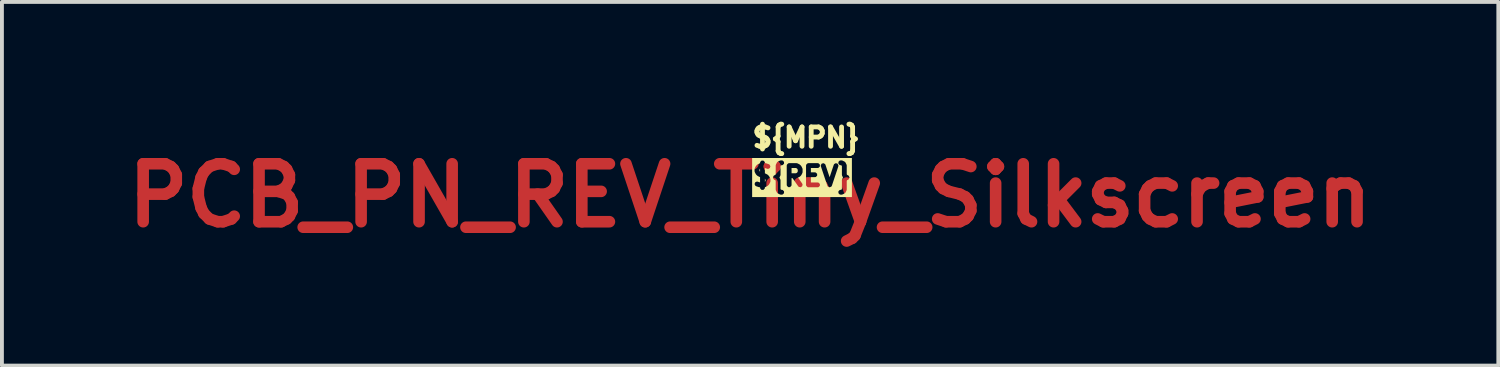
<source format=kicad_pcb>
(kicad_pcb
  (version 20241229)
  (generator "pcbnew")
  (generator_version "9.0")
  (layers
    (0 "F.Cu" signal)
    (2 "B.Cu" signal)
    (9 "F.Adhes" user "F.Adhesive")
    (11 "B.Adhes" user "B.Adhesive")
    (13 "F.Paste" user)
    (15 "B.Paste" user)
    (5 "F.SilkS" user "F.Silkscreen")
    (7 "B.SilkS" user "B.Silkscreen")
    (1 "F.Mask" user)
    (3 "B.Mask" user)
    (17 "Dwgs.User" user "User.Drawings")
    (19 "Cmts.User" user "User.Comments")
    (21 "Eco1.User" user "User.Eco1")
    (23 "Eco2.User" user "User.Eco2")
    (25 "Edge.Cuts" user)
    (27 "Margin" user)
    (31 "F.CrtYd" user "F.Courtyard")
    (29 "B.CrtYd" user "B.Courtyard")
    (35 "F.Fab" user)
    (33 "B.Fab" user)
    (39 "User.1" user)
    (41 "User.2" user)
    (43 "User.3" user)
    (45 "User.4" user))
  (footprint "PCB_PN_REV_Tiny_Silkscreen"
    (layer "F.Cu")
    (at 16.371 2.012)
    (property "Reference" "PCB_PN_REV_Tiny_Silkscreen" (at 0 0 0) (unlocked yes) (layer "F.Cu") (effects (font (size 1.5 1.5) (thickness 0.3))))
    (attr allow_soldermask_bridges)
    (fp_text user "${REV}" (at 0 -0.5 0) (unlocked yes) (layer "F.SilkS" knockout) (effects (font (size 0.5 0.5) (thickness 0.125)) (justify left)))
    (fp_text user "${MPN}" (at 0 -1.5 0) (unlocked yes) (layer "F.SilkS") (effects (font (size 0.5 0.5) (thickness 0.125)) (justify left))))
  (gr_rect
    (start -3 -3)
    (end 35.743 6.416)
    (stroke (width 0.1) (type default))
    (fill no)
    (layer "Edge.Cuts")))
</source>
